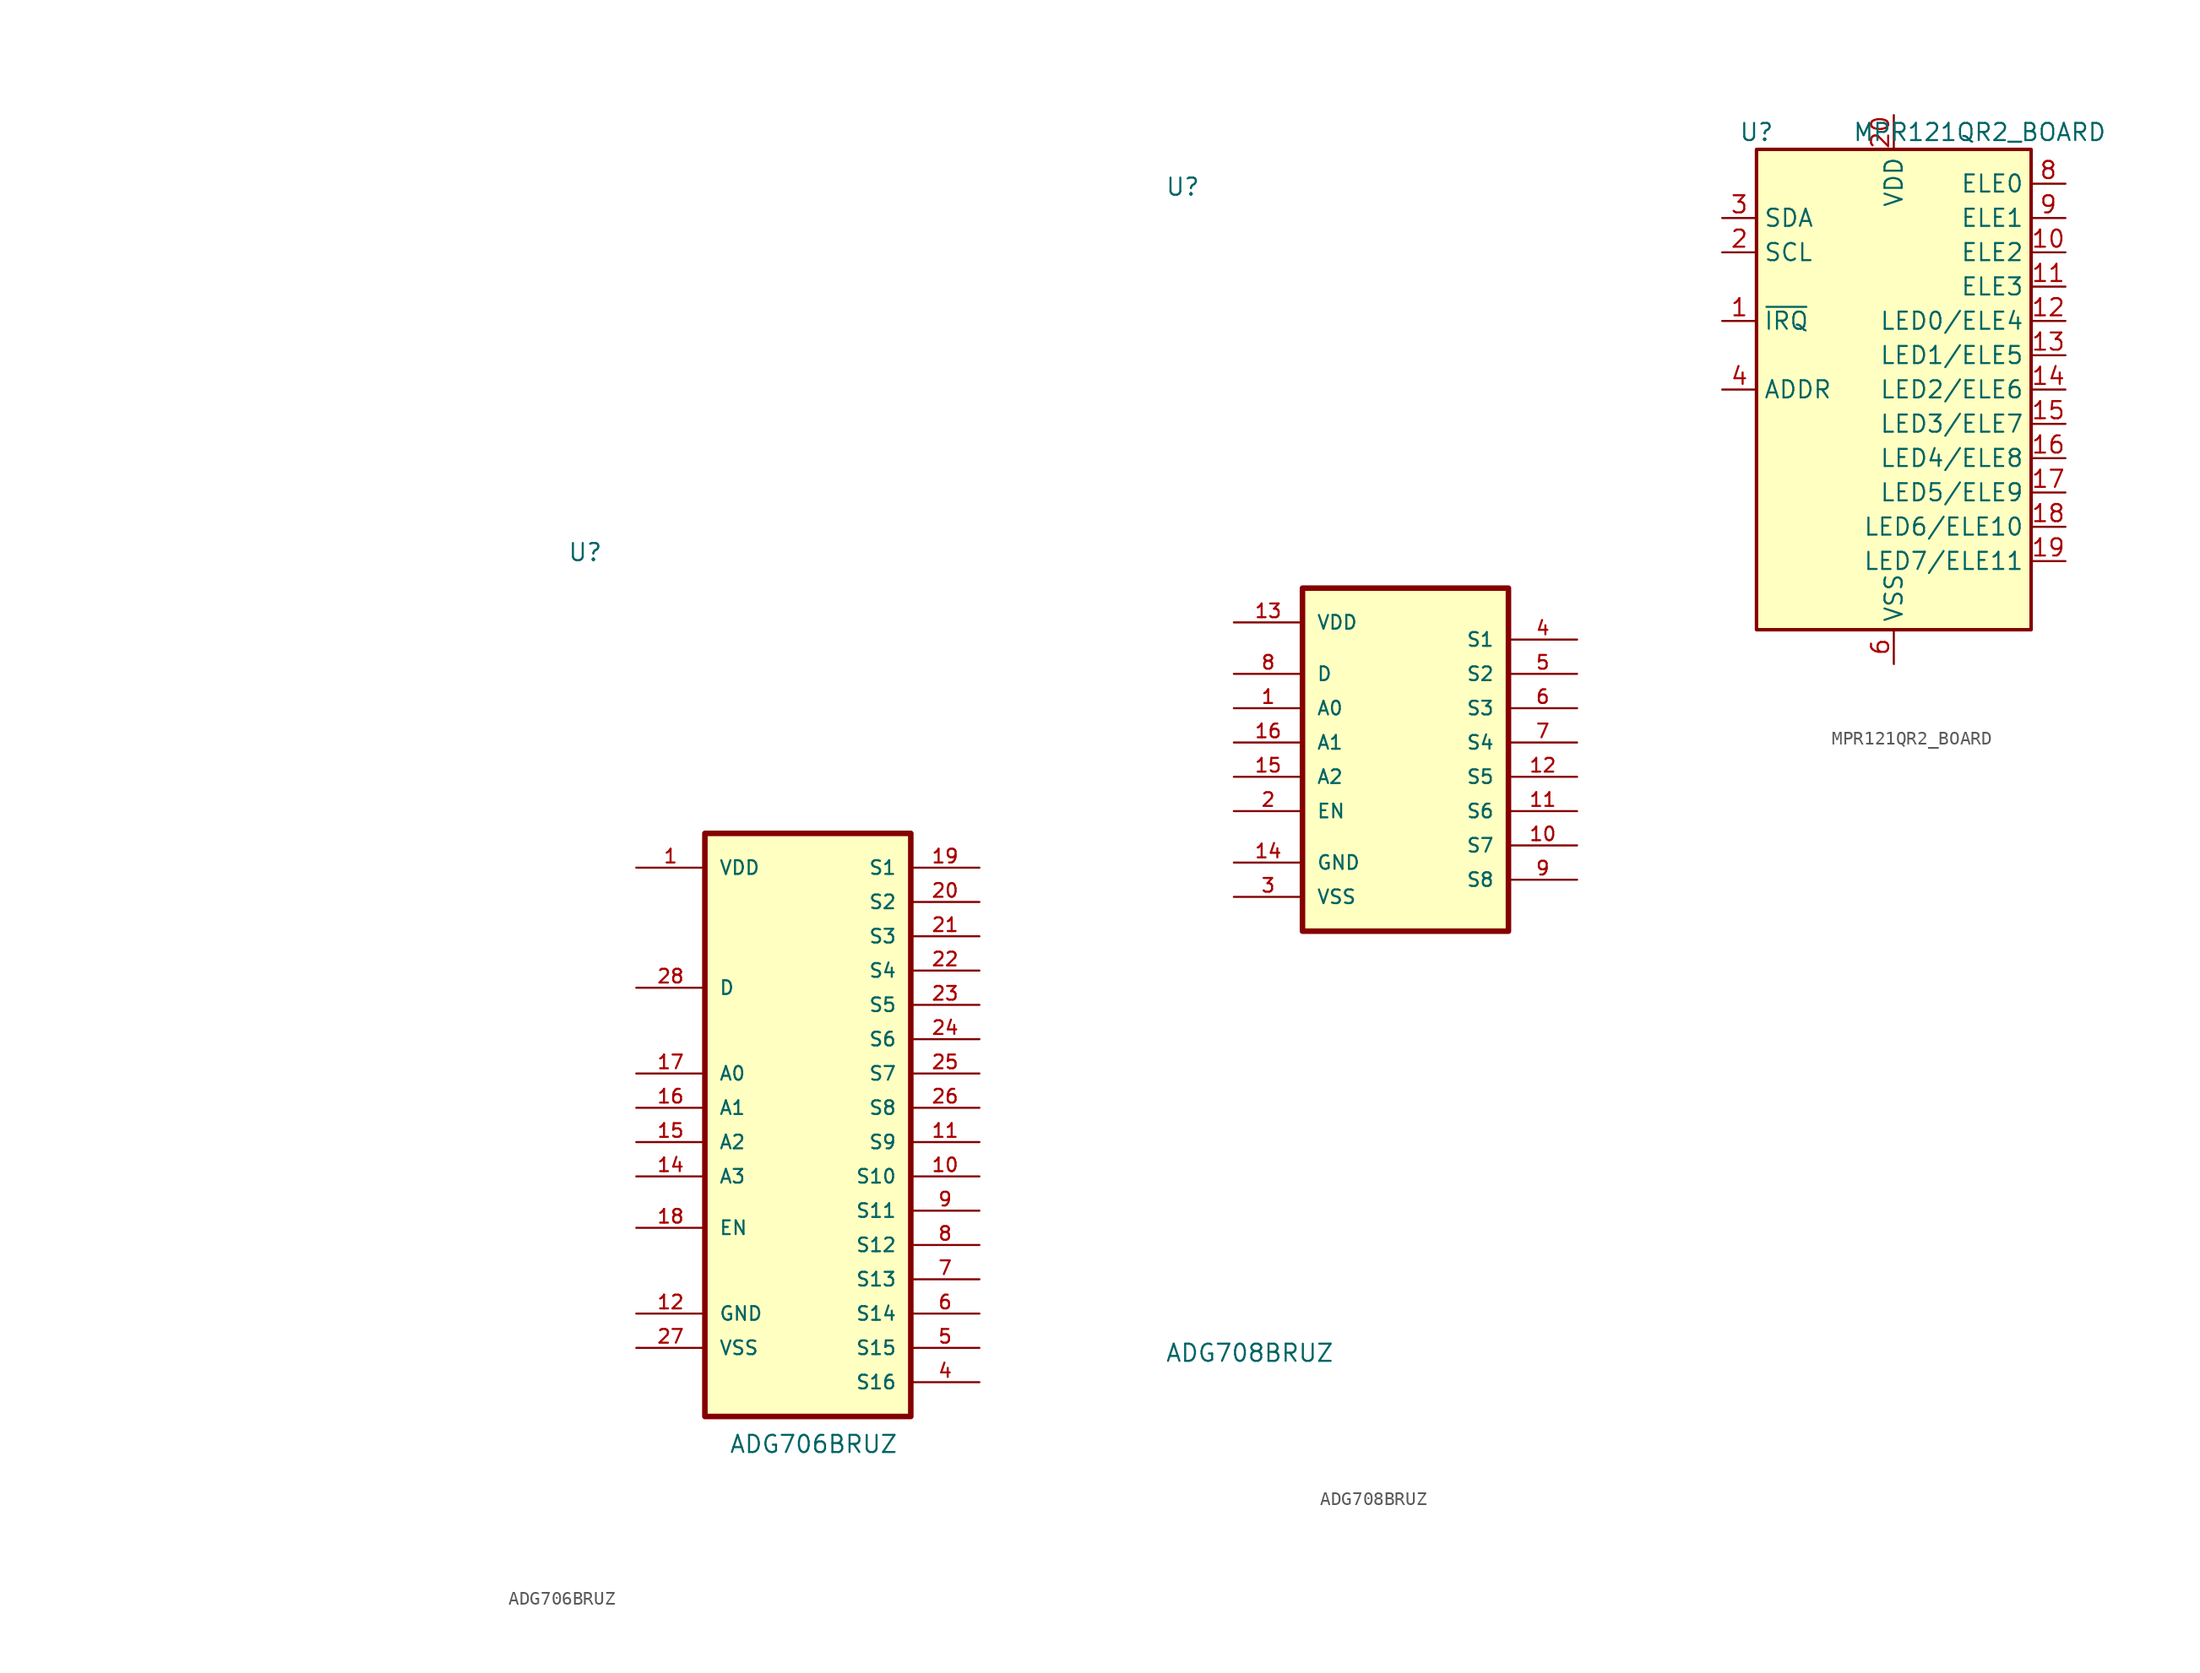
<source format=kicad_sym>
(kicad_symbol_lib
  (version 20241209)
  (generator "kicad_symbol_editor")
  (generator_version "9.0")
  (symbol "ADG706BRUZ"
    (pin_names
      (offset 1.016))
    (property "Reference" "U"
      (at -17.79 41.661 0)
      (effects (font (size 1.27 1.27)) (justify left bottom)))
    (property "Value" "ADG706BRUZ"
      (at -5.842 -24.384 0)
      (effects (font (size 1.27 1.27)) (justify left bottom)))
    (symbol "ADG706BRUZ_0_0"
      (rectangle (start -7.62 21.59) (end 7.62 -21.59) (stroke (width 0.41) (type default)) (fill (type background))))
    (symbol "ADG706BRUZ_1_0"
      (pin power_in line (at -12.7 19.05 0) (length 5.08) (name "VDD" (effects (font (size 1.016 1.016)))) (number "1" (effects (font (size 1.016 1.016)))))
      (pin bidirectional line (at -12.7 10.16 0) (length 5.08) (name "D" (effects (font (size 1.016 1.016)))) (number "28" (effects (font (size 1.016 1.016)))))
      (pin input line (at -12.7 3.81 0) (length 5.08) (name "A0" (effects (font (size 1.016 1.016)))) (number "17" (effects (font (size 1.016 1.016)))))
      (pin input line (at -12.7 1.27 0) (length 5.08) (name "A1" (effects (font (size 1.016 1.016)))) (number "16" (effects (font (size 1.016 1.016)))))
      (pin input line (at -12.7 -1.27 0) (length 5.08) (name "A2" (effects (font (size 1.016 1.016)))) (number "15" (effects (font (size 1.016 1.016)))))
      (pin input line (at -12.7 -3.81 0) (length 5.08) (name "A3" (effects (font (size 1.016 1.016)))) (number "14" (effects (font (size 1.016 1.016)))))
      (pin input line (at -12.7 -7.62 0) (length 5.08) (name "EN" (effects (font (size 1.016 1.016)))) (number "18" (effects (font (size 1.016 1.016)))))
      (pin power_in line (at -12.7 -13.97 0) (length 5.08) (name "GND" (effects (font (size 1.016 1.016)))) (number "12" (effects (font (size 1.016 1.016)))))
      (pin power_in line (at -12.7 -16.51 0) (length 5.08) (name "VSS" (effects (font (size 1.016 1.016)))) (number "27" (effects (font (size 1.016 1.016)))))
      (pin bidirectional line (at 12.7 19.05 180) (length 5.08) (name "S1" (effects (font (size 1.016 1.016)))) (number "19" (effects (font (size 1.016 1.016)))))
      (pin bidirectional line (at 12.7 16.51 180) (length 5.08) (name "S2" (effects (font (size 1.016 1.016)))) (number "20" (effects (font (size 1.016 1.016)))))
      (pin bidirectional line (at 12.7 13.97 180) (length 5.08) (name "S3" (effects (font (size 1.016 1.016)))) (number "21" (effects (font (size 1.016 1.016)))))
      (pin bidirectional line (at 12.7 11.43 180) (length 5.08) (name "S4" (effects (font (size 1.016 1.016)))) (number "22" (effects (font (size 1.016 1.016)))))
      (pin bidirectional line (at 12.7 8.89 180) (length 5.08) (name "S5" (effects (font (size 1.016 1.016)))) (number "23" (effects (font (size 1.016 1.016)))))
      (pin bidirectional line (at 12.7 6.35 180) (length 5.08) (name "S6" (effects (font (size 1.016 1.016)))) (number "24" (effects (font (size 1.016 1.016)))))
      (pin bidirectional line (at 12.7 3.81 180) (length 5.08) (name "S7" (effects (font (size 1.016 1.016)))) (number "25" (effects (font (size 1.016 1.016)))))
      (pin bidirectional line (at 12.7 1.27 180) (length 5.08) (name "S8" (effects (font (size 1.016 1.016)))) (number "26" (effects (font (size 1.016 1.016)))))
      (pin bidirectional line (at 12.7 -1.27 180) (length 5.08) (name "S9" (effects (font (size 1.016 1.016)))) (number "11" (effects (font (size 1.016 1.016)))))
      (pin bidirectional line (at 12.7 -3.81 180) (length 5.08) (name "S10" (effects (font (size 1.016 1.016)))) (number "10" (effects (font (size 1.016 1.016)))))
      (pin bidirectional line (at 12.7 -6.35 180) (length 5.08) (name "S11" (effects (font (size 1.016 1.016)))) (number "9" (effects (font (size 1.016 1.016)))))
      (pin bidirectional line (at 12.7 -8.89 180) (length 5.08) (name "S12" (effects (font (size 1.016 1.016)))) (number "8" (effects (font (size 1.016 1.016)))))
      (pin bidirectional line (at 12.7 -11.43 180) (length 5.08) (name "S13" (effects (font (size 1.016 1.016)))) (number "7" (effects (font (size 1.016 1.016)))))
      (pin bidirectional line (at 12.7 -13.97 180) (length 5.08) (name "S14" (effects (font (size 1.016 1.016)))) (number "6" (effects (font (size 1.016 1.016)))))
      (pin bidirectional line (at 12.7 -16.51 180) (length 5.08) (name "S15" (effects (font (size 1.016 1.016)))) (number "5" (effects (font (size 1.016 1.016)))))
      (pin bidirectional line (at 12.7 -19.05 180) (length 5.08) (name "S16" (effects (font (size 1.016 1.016)))) (number "4" (effects (font (size 1.016 1.016))))))
    (symbol "ADG706BRUZ_1_1"
      (pin no_connect line (at -46.99 69.85 180) (length 2.54) (hide yes) (name "NC" (effects (font (size 1.27 1.27)))) (number "3" (effects (font (size 1.27 1.27)))))
      (pin no_connect line (at -10.16 16.51 0) (length 2.54) (hide yes) (name "NC" (effects (font (size 1.27 1.27)))) (number "2" (effects (font (size 1.27 1.27)))))
      (pin no_connect line (at -10.16 13.97 0) (length 2.54) (hide yes) (name "NC" (effects (font (size 1.27 1.27)))) (number "3" (effects (font (size 1.27 1.27)))))
      (pin no_connect line (at -10.16 -10.16 0) (length 2.54) (hide yes) (name "NC" (effects (font (size 1.27 1.27)))) (number "13" (effects (font (size 1.27 1.27)))))
      (pin no_connect line (at -10.16 -19.05 0) (length 2.54) (hide yes) (name "NC" (effects (font (size 1.27 1.27)))) (number "3" (effects (font (size 1.27 1.27)))))))
  (symbol "ADG708BRUZ"
    (pin_names
      (offset 1.016))
    (property "Reference" "U"
      (at -17.79 41.661 0)
      (effects (font (size 1.27 1.27)) (justify left bottom)))
    (property "Value" "ADG708BRUZ"
      (at -17.793 -44.672 0)
      (effects (font (size 1.27 1.27)) (justify left bottom)))
    (symbol "ADG708BRUZ_0_0"
      (rectangle (start -7.62 12.7) (end 7.62 -12.7) (stroke (width 0.41) (type default)) (fill (type background)))
      (pin power_in line (at -12.7 10.16 0) (length 5.08) (name "VDD" (effects (font (size 1.016 1.016)))) (number "13" (effects (font (size 1.016 1.016)))))
      (pin bidirectional line (at 12.7 6.35 180) (length 5.08) (name "S2" (effects (font (size 1.016 1.016)))) (number "5" (effects (font (size 1.016 1.016)))))
      (pin bidirectional line (at 12.7 3.81 180) (length 5.08) (name "S3" (effects (font (size 1.016 1.016)))) (number "6" (effects (font (size 1.016 1.016)))))
      (pin bidirectional line (at 12.7 1.27 180) (length 5.08) (name "S4" (effects (font (size 1.016 1.016)))) (number "7" (effects (font (size 1.016 1.016)))))
      (pin bidirectional line (at 12.7 -1.27 180) (length 5.08) (name "S5" (effects (font (size 1.016 1.016)))) (number "12" (effects (font (size 1.016 1.016)))))
      (pin bidirectional line (at 12.7 -3.81 180) (length 5.08) (name "S6" (effects (font (size 1.016 1.016)))) (number "11" (effects (font (size 1.016 1.016)))))
      (pin bidirectional line (at 12.7 -6.35 180) (length 5.08) (name "S7" (effects (font (size 1.016 1.016)))) (number "10" (effects (font (size 1.016 1.016)))))
      (pin bidirectional line (at 12.7 -8.89 180) (length 5.08) (name "S8" (effects (font (size 1.016 1.016)))) (number "9" (effects (font (size 1.016 1.016))))))
    (symbol "ADG708BRUZ_1_0"
      (pin bidirectional line (at -12.7 6.35 0) (length 5.08) (name "D" (effects (font (size 1.016 1.016)))) (number "8" (effects (font (size 1.016 1.016)))))
      (pin input line (at -12.7 3.81 0) (length 5.08) (name "A0" (effects (font (size 1.016 1.016)))) (number "1" (effects (font (size 1.016 1.016)))))
      (pin input line (at -12.7 1.27 0) (length 5.08) (name "A1" (effects (font (size 1.016 1.016)))) (number "16" (effects (font (size 1.016 1.016)))))
      (pin input line (at -12.7 -1.27 0) (length 5.08) (name "A2" (effects (font (size 1.016 1.016)))) (number "15" (effects (font (size 1.016 1.016)))))
      (pin input line (at -12.7 -3.81 0) (length 5.08) (name "EN" (effects (font (size 1.016 1.016)))) (number "2" (effects (font (size 1.016 1.016)))))
      (pin power_in line (at -12.7 -7.62 0) (length 5.08) (name "GND" (effects (font (size 1.016 1.016)))) (number "14" (effects (font (size 1.016 1.016)))))
      (pin power_in line (at -12.7 -10.16 0) (length 5.08) (name "VSS" (effects (font (size 1.016 1.016)))) (number "3" (effects (font (size 1.016 1.016)))))
      (pin bidirectional line (at 12.7 8.89 180) (length 5.08) (name "S1" (effects (font (size 1.016 1.016)))) (number "4" (effects (font (size 1.016 1.016)))))))
  (symbol "MPR121QR2_BOARD"
    (property "Reference" "U"
      (at -10.16 19.05 0)
      (effects (font (size 1.27 1.27))))
    (property "Value" "MPR121QR2_BOARD"
      (at 6.35 19.05 0)
      (effects (font (size 1.27 1.27))))
    (symbol "MPR121QR2_BOARD_0_1"
      (rectangle (start -10.16 17.78) (end 10.16 -17.78) (stroke (width 0.254) (type default)) (fill (type background))))
    (symbol "MPR121QR2_BOARD_1_1"
      (pin bidirectional line (at -12.7 12.7 0) (length 2.54) (name "SDA" (effects (font (size 1.27 1.27)))) (number "3" (effects (font (size 1.27 1.27)))))
      (pin input line (at -12.7 10.16 0) (length 2.54) (name "SCL" (effects (font (size 1.27 1.27)))) (number "2" (effects (font (size 1.27 1.27)))))
      (pin open_collector line (at -12.7 5.08 0) (length 2.54) (name "~{IRQ}" (effects (font (size 1.27 1.27)))) (number "1" (effects (font (size 1.27 1.27)))))
      (pin input line (at -12.7 0 0) (length 2.54) (name "ADDR" (effects (font (size 1.27 1.27)))) (number "4" (effects (font (size 1.27 1.27)))))
      (pin power_in line (at 0 20.32 270) (length 2.54) (name "VDD" (effects (font (size 1.27 1.27)))) (number "20" (effects (font (size 1.27 1.27)))))
      (pin power_in line (at 0 -20.32 90) (length 2.54) (name "VSS" (effects (font (size 1.27 1.27)))) (number "6" (effects (font (size 1.27 1.27)))))
      (pin passive line (at 12.7 15.24 180) (length 2.54) (name "ELE0" (effects (font (size 1.27 1.27)))) (number "8" (effects (font (size 1.27 1.27)))))
      (pin passive line (at 12.7 12.7 180) (length 2.54) (name "ELE1" (effects (font (size 1.27 1.27)))) (number "9" (effects (font (size 1.27 1.27)))))
      (pin passive line (at 12.7 10.16 180) (length 2.54) (name "ELE2" (effects (font (size 1.27 1.27)))) (number "10" (effects (font (size 1.27 1.27)))))
      (pin passive line (at 12.7 7.62 180) (length 2.54) (name "ELE3" (effects (font (size 1.27 1.27)))) (number "11" (effects (font (size 1.27 1.27)))))
      (pin passive line (at 12.7 5.08 180) (length 2.54) (name "LED0/ELE4" (effects (font (size 1.27 1.27)))) (number "12" (effects (font (size 1.27 1.27)))))
      (pin passive line (at 12.7 2.54 180) (length 2.54) (name "LED1/ELE5" (effects (font (size 1.27 1.27)))) (number "13" (effects (font (size 1.27 1.27)))))
      (pin passive line (at 12.7 0 180) (length 2.54) (name "LED2/ELE6" (effects (font (size 1.27 1.27)))) (number "14" (effects (font (size 1.27 1.27)))))
      (pin passive line (at 12.7 -2.54 180) (length 2.54) (name "LED3/ELE7" (effects (font (size 1.27 1.27)))) (number "15" (effects (font (size 1.27 1.27)))))
      (pin passive line (at 12.7 -5.08 180) (length 2.54) (name "LED4/ELE8" (effects (font (size 1.27 1.27)))) (number "16" (effects (font (size 1.27 1.27)))))
      (pin passive line (at 12.7 -7.62 180) (length 2.54) (name "LED5/ELE9" (effects (font (size 1.27 1.27)))) (number "17" (effects (font (size 1.27 1.27)))))
      (pin passive line (at 12.7 -10.16 180) (length 2.54) (name "LED6/ELE10" (effects (font (size 1.27 1.27)))) (number "18" (effects (font (size 1.27 1.27)))))
      (pin passive line (at 12.7 -12.7 180) (length 2.54) (name "LED7/ELE11" (effects (font (size 1.27 1.27)))) (number "19" (effects (font (size 1.27 1.27))))))))
</source>
